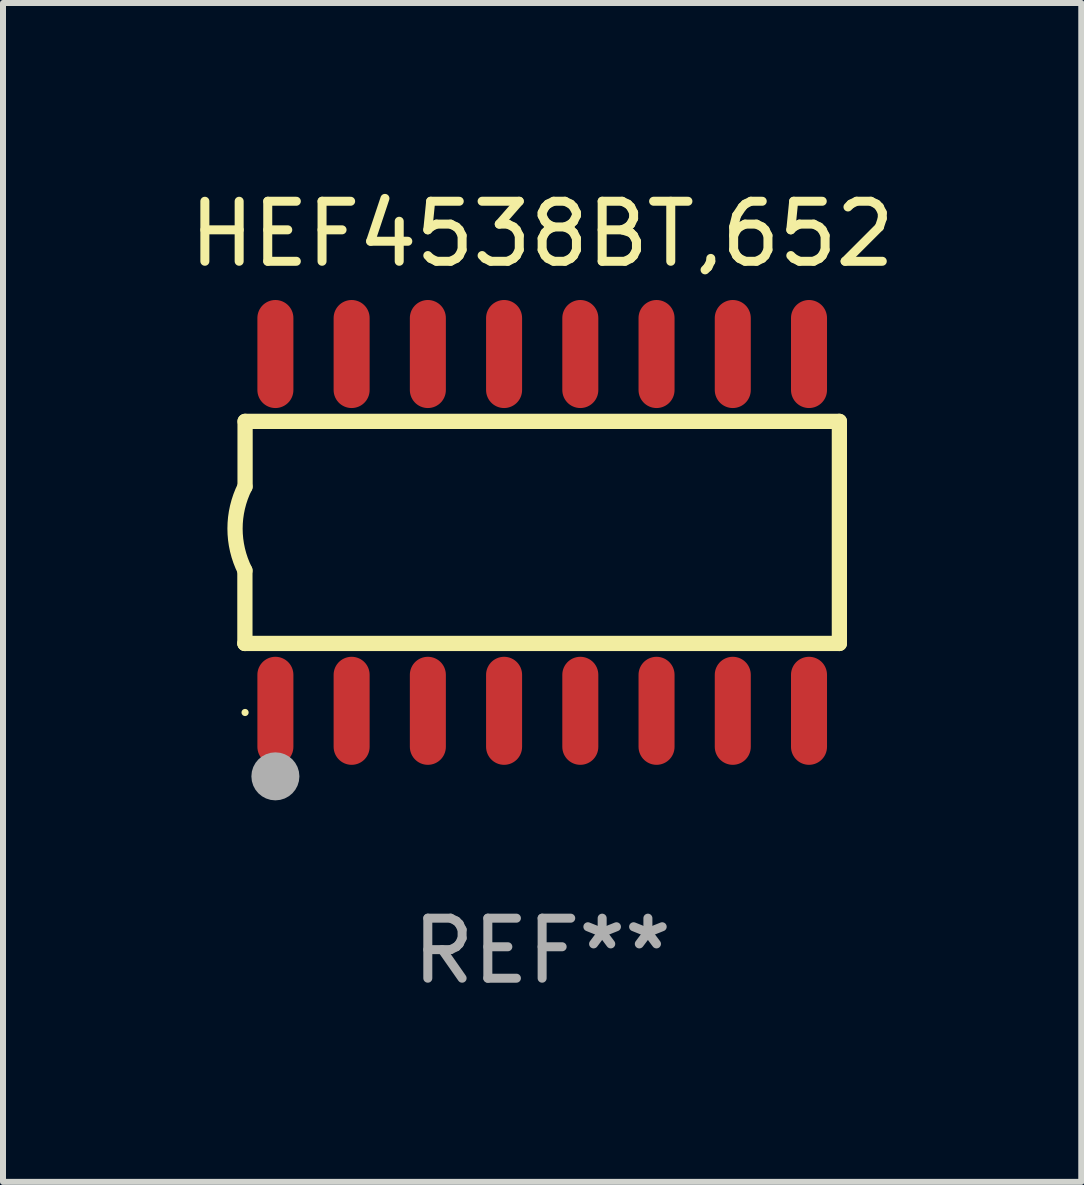
<source format=kicad_pcb>
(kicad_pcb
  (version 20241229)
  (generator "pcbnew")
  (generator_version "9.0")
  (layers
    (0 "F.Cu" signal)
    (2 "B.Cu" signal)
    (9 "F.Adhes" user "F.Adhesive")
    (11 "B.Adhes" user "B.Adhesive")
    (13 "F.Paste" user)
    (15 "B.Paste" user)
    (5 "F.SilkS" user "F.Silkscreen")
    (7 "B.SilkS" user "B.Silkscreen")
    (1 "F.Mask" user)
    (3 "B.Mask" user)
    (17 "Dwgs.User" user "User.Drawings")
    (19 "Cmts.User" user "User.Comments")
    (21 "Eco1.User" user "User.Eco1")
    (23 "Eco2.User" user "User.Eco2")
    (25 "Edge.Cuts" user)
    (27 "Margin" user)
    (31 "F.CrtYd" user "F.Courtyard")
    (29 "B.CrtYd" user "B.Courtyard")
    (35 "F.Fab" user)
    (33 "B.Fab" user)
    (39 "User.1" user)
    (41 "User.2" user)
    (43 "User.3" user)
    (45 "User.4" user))
  (footprint "HEF4538BT,652"
    (layer "F.Cu")
    (at 5.982 5.82)
    (property "Reference" "HEF4538BT,652" (at 0 -4.972 0) (layer "F.SilkS") (effects (font (size 1 1) (thickness 0.15))))
    (attr through_hole)
    (fp_line (start -4.952 0.635) (end -4.952 1.85) (stroke (width 0.254) (type solid)) (layer "F.SilkS"))
    (fp_line (start -4.952 1.85) (end -4.949 1.85) (stroke (width 0.254) (type solid)) (layer "F.SilkS"))
    (fp_line (start -4.949 -1.85) (end -4.949 -0.762) (stroke (width 0.254) (type solid)) (layer "F.SilkS"))
    (fp_line (start -4.949 1.85) (end 4.952 1.85) (stroke (width 0.254) (type solid)) (layer "F.SilkS"))
    (fp_line (start 4.952 -1.85) (end -4.949 -1.85) (stroke (width 0.254) (type solid)) (layer "F.SilkS"))
    (fp_line (start 4.952 1.85) (end 4.952 -1.85) (stroke (width 0.254) (type solid)) (layer "F.SilkS"))
    (fp_arc (start -4.951524 0.635001) (mid -5.116418 -0.0635) (end -4.951524 -0.762002) (stroke (width 0.254001) (type solid)) (layer "F.SilkS"))
    (fp_circle (center -4.949 3) (end -4.919 3) (stroke (width 0.06) (type solid)) (fill no) (layer "F.SilkS"))
    (fp_circle (center -4.444 4.064) (end -4.244 4.064) (stroke (width 0.4) (type solid)) (fill no) (layer "F.Fab"))
    (fp_text user "REF**" (at 0 6.972 0) (layer "F.Fab") (effects (font (size 1 1) (thickness 0.15))))
    (pad "1" smd oval (at -4.444 2.972 180) (size 0.6 1.8) (layers "F.Cu" "F.Mask" "F.Paste"))
    (pad "2" smd oval (at -3.174 2.972 180) (size 0.6 1.8) (layers "F.Cu" "F.Mask" "F.Paste"))
    (pad "3" smd oval (at -1.904 2.972 180) (size 0.6 1.8) (layers "F.Cu" "F.Mask" "F.Paste"))
    (pad "4" smd oval (at -0.634 2.972 180) (size 0.6 1.8) (layers "F.Cu" "F.Mask" "F.Paste"))
    (pad "5" smd oval (at 0.636 2.972 180) (size 0.6 1.8) (layers "F.Cu" "F.Mask" "F.Paste"))
    (pad "6" smd oval (at 1.906 2.972 180) (size 0.6 1.8) (layers "F.Cu" "F.Mask" "F.Paste"))
    (pad "7" smd oval (at 3.176 2.972 180) (size 0.6 1.8) (layers "F.Cu" "F.Mask" "F.Paste"))
    (pad "8" smd oval (at 4.446 2.972 180) (size 0.6 1.8) (layers "F.Cu" "F.Mask" "F.Paste"))
    (pad "9" smd oval (at 4.446 -2.972 180) (size 0.6 1.8) (layers "F.Cu" "F.Mask" "F.Paste"))
    (pad "10" smd oval (at 3.176 -2.972 180) (size 0.6 1.8) (layers "F.Cu" "F.Mask" "F.Paste"))
    (pad "11" smd oval (at 1.906 -2.972 180) (size 0.6 1.8) (layers "F.Cu" "F.Mask" "F.Paste"))
    (pad "12" smd oval (at 0.636 -2.972 180) (size 0.6 1.8) (layers "F.Cu" "F.Mask" "F.Paste"))
    (pad "13" smd oval (at -0.634 -2.972 180) (size 0.6 1.8) (layers "F.Cu" "F.Mask" "F.Paste"))
    (pad "14" smd oval (at -1.904 -2.972 180) (size 0.6 1.8) (layers "F.Cu" "F.Mask" "F.Paste"))
    (pad "15" smd oval (at -3.174 -2.972 180) (size 0.6 1.8) (layers "F.Cu" "F.Mask" "F.Paste"))
    (pad "16" smd oval (at -4.444 -2.972 180) (size 0.6 1.8) (layers "F.Cu" "F.Mask" "F.Paste")))
  (gr_rect
    (start -3 -3)
    (end 14.964 16.64)
    (stroke (width 0.1) (type default))
    (fill no)
    (layer "Edge.Cuts")))
</source>
